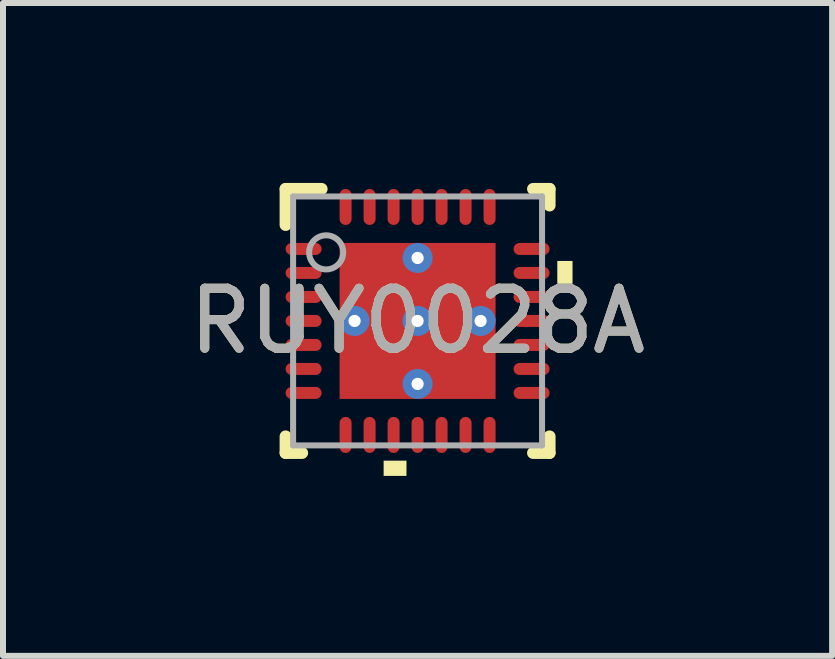
<source format=kicad_pcb>
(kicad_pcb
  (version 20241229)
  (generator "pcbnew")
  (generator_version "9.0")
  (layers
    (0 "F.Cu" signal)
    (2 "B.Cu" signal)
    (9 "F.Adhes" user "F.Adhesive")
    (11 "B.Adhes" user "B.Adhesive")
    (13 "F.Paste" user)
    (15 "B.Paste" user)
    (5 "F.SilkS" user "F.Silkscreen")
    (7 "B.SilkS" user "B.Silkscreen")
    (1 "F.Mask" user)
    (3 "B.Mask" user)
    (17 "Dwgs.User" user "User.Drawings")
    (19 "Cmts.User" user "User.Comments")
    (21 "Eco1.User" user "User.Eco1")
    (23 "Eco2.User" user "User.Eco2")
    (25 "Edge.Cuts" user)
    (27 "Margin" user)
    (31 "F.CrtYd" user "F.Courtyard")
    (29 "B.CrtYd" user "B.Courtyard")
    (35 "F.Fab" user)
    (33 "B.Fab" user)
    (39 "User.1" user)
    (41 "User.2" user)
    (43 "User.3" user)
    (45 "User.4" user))
  (footprint "RUY0028A"
    (layer "F.Cu")
    (at 3.911 2.3)
    (property "Reference" "RUY0028A" (at 0 0 0) (unlocked yes) (layer "F.SilkS") (effects (font (size 1 1) (thickness 0.15))))
    (attr smd)
    (fp_poly (pts (xy -1.363 -0.987) (xy -1.363 -1.363) (xy 1.363 -1.363) (xy 1.363 -0.987)) (stroke (width 0) (type solid)) (fill yes) (layer "F.Mask"))
    (fp_poly (pts (xy -1.363 -0.2) (xy -1.363 -0.587) (xy 1.363 -0.587) (xy 1.363 -0.2)) (stroke (width 0) (type solid)) (fill yes) (layer "F.Mask"))
    (fp_poly (pts (xy -1.363 0.587) (xy -1.363 0.2) (xy 1.363 0.2) (xy 1.363 0.587)) (stroke (width 0) (type solid)) (fill yes) (layer "F.Mask"))
    (fp_poly (pts (xy -1.363 1.363) (xy -1.363 -1.363) (xy -0.987 -1.363) (xy -0.987 1.363)) (stroke (width 0) (type solid)) (fill yes) (layer "F.Mask"))
    (fp_poly (pts (xy -1.363 1.363) (xy -1.363 0.987) (xy 1.363 0.987) (xy 1.363 1.363)) (stroke (width 0) (type solid)) (fill yes) (layer "F.Mask"))
    (fp_poly (pts (xy -0.2 1.363) (xy -0.2 -1.363) (xy -0.587 -1.363) (xy -0.587 1.363)) (stroke (width 0) (type solid)) (fill yes) (layer "F.Mask"))
    (fp_poly (pts (xy 0.587 1.363) (xy 0.587 -1.363) (xy 0.2 -1.363) (xy 0.2 1.363)) (stroke (width 0) (type solid)) (fill yes) (layer "F.Mask"))
    (fp_poly (pts (xy 0.987 1.363) (xy 0.987 -1.363) (xy 1.363 -1.363) (xy 1.363 1.363)) (stroke (width 0) (type solid)) (fill yes) (layer "F.Mask"))
    (fp_line (start -2.2 -2.2) (end -1.6 -2.2) (stroke (width 0.2) (type solid)) (layer "F.SilkS"))
    (fp_line (start -2.2 -1.6) (end -2.2 -2.2) (stroke (width 0.2) (type solid)) (layer "F.SilkS"))
    (fp_line (start -2.2 2.2) (end -2.2 1.925) (stroke (width 0.2) (type solid)) (layer "F.SilkS"))
    (fp_line (start -2.2 2.2) (end -1.925 2.2) (stroke (width 0.2) (type solid)) (layer "F.SilkS"))
    (fp_line (start 1.925 -2.2) (end 2.2 -2.2) (stroke (width 0.2) (type solid)) (layer "F.SilkS"))
    (fp_line (start 1.925 2.2) (end 2.2 2.2) (stroke (width 0.2) (type solid)) (layer "F.SilkS"))
    (fp_line (start 2.2 -1.925) (end 2.2 -2.2) (stroke (width 0.2) (type solid)) (layer "F.SilkS"))
    (fp_line (start 2.2 2.2) (end 2.2 1.925) (stroke (width 0.2) (type solid)) (layer "F.SilkS"))
    (fp_poly (pts (xy -0.185 2.329) (xy -0.566 2.329) (xy -0.566 2.583) (xy -0.185 2.583)) (stroke (width 0) (type solid)) (fill yes) (layer "F.SilkS"))
    (fp_poly (pts (xy 2.329 -1) (xy 2.583 -1) (xy 2.583 -0.619) (xy 2.329 -0.619)) (stroke (width 0) (type solid)) (fill yes) (layer "F.SilkS"))
    (fp_poly (pts (xy -1.248 -0.1) (xy -0.1 -0.1) (xy -0.1 -1.248) (xy -1.248 -1.248)) (stroke (width 0) (type solid)) (fill yes) (layer "F.Paste"))
    (fp_poly (pts (xy -1.248 1.248) (xy -0.1 1.248) (xy -0.1 0.1) (xy -1.248 0.1)) (stroke (width 0) (type solid)) (fill yes) (layer "F.Paste"))
    (fp_poly (pts (xy 0.1 -0.1) (xy 1.248 -0.1) (xy 1.248 -1.248) (xy 0.1 -1.248)) (stroke (width 0) (type solid)) (fill yes) (layer "F.Paste"))
    (fp_poly (pts (xy 0.1 1.248) (xy 1.248 1.248) (xy 1.248 0.1) (xy 0.1 0.1)) (stroke (width 0) (type solid)) (fill yes) (layer "F.Paste"))
    (fp_line (start -2.075 -2.075) (end 2.075 -2.075) (stroke (width 0.1) (type solid)) (layer "F.Fab"))
    (fp_line (start -2.075 2.075) (end -2.075 -2.075) (stroke (width 0.1) (type solid)) (layer "F.Fab"))
    (fp_line (start -2.075 2.075) (end 2.075 2.075) (stroke (width 0.1) (type solid)) (layer "F.Fab"))
    (fp_line (start 2.075 2.075) (end 2.075 -2.075) (stroke (width 0.1) (type solid)) (layer "F.Fab"))
    (fp_circle (center -1.524 -1.143) (end -1.24 -1.143) (stroke (width 0.1) (type solid)) (fill no) (layer "F.Fab"))
    (fp_text user "${REFERENCE}" (at 0 0 0) (unlocked yes) (layer "F.Fab") (effects (font (size 1 1) (thickness 0.15))))
    (pad "1" smd oval (at -1.9 -1.2 90) (size 0.2 0.6) (layers "F.Cu" "F.Mask" "F.Paste"))
    (pad "2" smd oval (at -1.9 -0.8 90) (size 0.2 0.6) (layers "F.Cu" "F.Mask" "F.Paste"))
    (pad "3" smd oval (at -1.9 -0.4 90) (size 0.2 0.6) (layers "F.Cu" "F.Mask" "F.Paste"))
    (pad "4" smd oval (at -1.9 0 90) (size 0.2 0.6) (layers "F.Cu" "F.Mask" "F.Paste"))
    (pad "5" smd oval (at -1.9 0.4 90) (size 0.2 0.6) (layers "F.Cu" "F.Mask" "F.Paste"))
    (pad "6" smd oval (at -1.9 0.8 90) (size 0.2 0.6) (layers "F.Cu" "F.Mask" "F.Paste"))
    (pad "7" smd oval (at -1.9 1.2 90) (size 0.2 0.6) (layers "F.Cu" "F.Mask" "F.Paste"))
    (pad "8" smd oval (at -1.2 1.9) (size 0.2 0.6) (layers "F.Cu" "F.Mask" "F.Paste"))
    (pad "9" smd oval (at -0.8 1.9) (size 0.2 0.6) (layers "F.Cu" "F.Mask" "F.Paste"))
    (pad "10" smd oval (at -0.4 1.9) (size 0.2 0.6) (layers "F.Cu" "F.Mask" "F.Paste"))
    (pad "11" smd oval (at 0 1.9) (size 0.2 0.6) (layers "F.Cu" "F.Mask" "F.Paste"))
    (pad "12" smd oval (at 0.4 1.9) (size 0.2 0.6) (layers "F.Cu" "F.Mask" "F.Paste"))
    (pad "13" smd oval (at 0.8 1.9) (size 0.2 0.6) (layers "F.Cu" "F.Mask" "F.Paste"))
    (pad "14" smd oval (at 1.2 1.9) (size 0.2 0.6) (layers "F.Cu" "F.Mask" "F.Paste"))
    (pad "15" smd oval (at 1.9 1.2 90) (size 0.2 0.6) (layers "F.Cu" "F.Mask" "F.Paste"))
    (pad "16" smd oval (at 1.9 0.8 90) (size 0.2 0.6) (layers "F.Cu" "F.Mask" "F.Paste"))
    (pad "17" smd oval (at 1.9 0.4 90) (size 0.2 0.6) (layers "F.Cu" "F.Mask" "F.Paste"))
    (pad "18" smd oval (at 1.9 0 90) (size 0.2 0.6) (layers "F.Cu" "F.Mask" "F.Paste"))
    (pad "19" smd oval (at 1.9 -0.4 90) (size 0.2 0.6) (layers "F.Cu" "F.Mask" "F.Paste"))
    (pad "20" smd oval (at 1.9 -0.8 90) (size 0.2 0.6) (layers "F.Cu" "F.Mask" "F.Paste"))
    (pad "21" smd oval (at 1.9 -1.2 90) (size 0.2 0.6) (layers "F.Cu" "F.Mask" "F.Paste"))
    (pad "22" smd oval (at 1.2 -1.9) (size 0.2 0.6) (layers "F.Cu" "F.Mask" "F.Paste"))
    (pad "23" smd oval (at 0.8 -1.9) (size 0.2 0.6) (layers "F.Cu" "F.Mask" "F.Paste"))
    (pad "24" smd oval (at 0.4 -1.9) (size 0.2 0.6) (layers "F.Cu" "F.Mask" "F.Paste"))
    (pad "25" smd oval (at 0 -1.9) (size 0.2 0.6) (layers "F.Cu" "F.Mask" "F.Paste"))
    (pad "26" smd oval (at -0.4 -1.9) (size 0.2 0.6) (layers "F.Cu" "F.Mask" "F.Paste"))
    (pad "27" smd oval (at -0.8 -1.9) (size 0.2 0.6) (layers "F.Cu" "F.Mask" "F.Paste"))
    (pad "28" smd oval (at -1.2 -1.9) (size 0.2 0.6) (layers "F.Cu" "F.Mask" "F.Paste"))
    (pad "29" smd rect (at 0 0) (size 2.6 2.6) (layers "F.Cu" "F.Mask"))
    (pad "V" thru_hole circle (at -1.05 0) (size 0.5 0.5) (drill 0.203) (layers "*.Cu" "*.Mask"))
    (pad "V" thru_hole circle (at 0 -1.05) (size 0.5 0.5) (drill 0.203) (layers "*.Cu" "*.Mask"))
    (pad "V" thru_hole circle (at 0 0) (size 0.5 0.5) (drill 0.203) (layers "*.Cu" "*.Mask"))
    (pad "V" thru_hole circle (at 0 1.05) (size 0.5 0.5) (drill 0.203) (layers "*.Cu" "*.Mask"))
    (pad "V" thru_hole circle (at 1.05 0) (size 0.5 0.5) (drill 0.203) (layers "*.Cu" "*.Mask")))
  (gr_rect
    (start -3 -3)
    (end 10.821 7.883)
    (stroke (width 0.1) (type default))
    (fill no)
    (layer "Edge.Cuts")))
</source>
